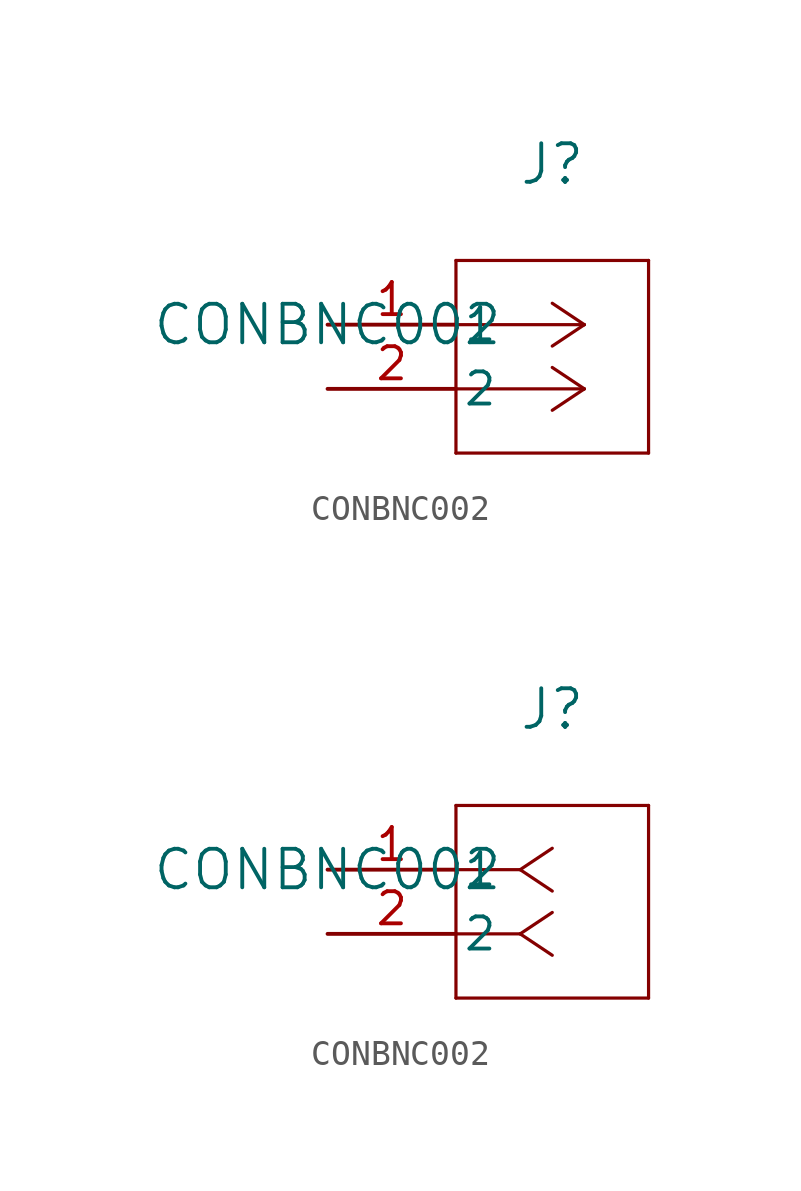
<source format=kicad_sym>
(kicad_symbol_lib
  (version 20211014)
  (generator kicad_symbol_editor)
  (symbol "CONBNC002"
    (pin_names
      (offset 0.254))
    (property "Reference" "J"
      (at 8.89 6.35 0)
      (effects (font (size 1.524 1.524))))
    (property "Value" "CONBNC002"
      (at 0 0 0)
      (effects (font (size 1.524 1.524))))
    (symbol "CONBNC002_1_1"
      (polyline (pts (xy 10.16 0) (xy 5.08 0)) (stroke (width 0.127) (type default) (color 0 0 0 0)) (fill (type none)))
      (polyline (pts (xy 10.16 -2.54) (xy 5.08 -2.54)) (stroke (width 0.127) (type default) (color 0 0 0 0)) (fill (type none)))
      (polyline (pts (xy 10.16 0) (xy 8.89 0.847)) (stroke (width 0.127) (type default) (color 0 0 0 0)) (fill (type none)))
      (polyline (pts (xy 10.16 -2.54) (xy 8.89 -1.693)) (stroke (width 0.127) (type default) (color 0 0 0 0)) (fill (type none)))
      (polyline (pts (xy 10.16 0) (xy 8.89 -0.847)) (stroke (width 0.127) (type default) (color 0 0 0 0)) (fill (type none)))
      (polyline (pts (xy 10.16 -2.54) (xy 8.89 -3.387)) (stroke (width 0.127) (type default) (color 0 0 0 0)) (fill (type none)))
      (polyline (pts (xy 5.08 2.54) (xy 5.08 -5.08)) (stroke (width 0.127) (type default) (color 0 0 0 0)) (fill (type none)))
      (polyline (pts (xy 5.08 -5.08) (xy 12.7 -5.08)) (stroke (width 0.127) (type default) (color 0 0 0 0)) (fill (type none)))
      (polyline (pts (xy 12.7 -5.08) (xy 12.7 2.54)) (stroke (width 0.127) (type default) (color 0 0 0 0)) (fill (type none)))
      (polyline (pts (xy 12.7 2.54) (xy 5.08 2.54)) (stroke (width 0.127) (type default) (color 0 0 0 0)) (fill (type none)))
      (pin unspecified line (at 0 0 0) (length 5.08) (name "1" (effects (font (size 1.27 1.27)))) (number "1" (effects (font (size 1.27 1.27)))))
      (pin unspecified line (at 0 -2.54 0) (length 5.08) (name "2" (effects (font (size 1.27 1.27)))) (number "2" (effects (font (size 1.27 1.27))))))
    (symbol "CONBNC002_1_2"
      (polyline (pts (xy 7.62 0) (xy 5.08 0)) (stroke (width 0.127) (type default) (color 0 0 0 0)) (fill (type none)))
      (polyline (pts (xy 7.62 -2.54) (xy 5.08 -2.54)) (stroke (width 0.127) (type default) (color 0 0 0 0)) (fill (type none)))
      (polyline (pts (xy 7.62 0) (xy 8.89 0.847)) (stroke (width 0.127) (type default) (color 0 0 0 0)) (fill (type none)))
      (polyline (pts (xy 7.62 -2.54) (xy 8.89 -1.693)) (stroke (width 0.127) (type default) (color 0 0 0 0)) (fill (type none)))
      (polyline (pts (xy 7.62 0) (xy 8.89 -0.847)) (stroke (width 0.127) (type default) (color 0 0 0 0)) (fill (type none)))
      (polyline (pts (xy 7.62 -2.54) (xy 8.89 -3.387)) (stroke (width 0.127) (type default) (color 0 0 0 0)) (fill (type none)))
      (polyline (pts (xy 5.08 2.54) (xy 5.08 -5.08)) (stroke (width 0.127) (type default) (color 0 0 0 0)) (fill (type none)))
      (polyline (pts (xy 5.08 -5.08) (xy 12.7 -5.08)) (stroke (width 0.127) (type default) (color 0 0 0 0)) (fill (type none)))
      (polyline (pts (xy 12.7 -5.08) (xy 12.7 2.54)) (stroke (width 0.127) (type default) (color 0 0 0 0)) (fill (type none)))
      (polyline (pts (xy 12.7 2.54) (xy 5.08 2.54)) (stroke (width 0.127) (type default) (color 0 0 0 0)) (fill (type none)))
      (pin unspecified line (at 0 0 0) (length 5.08) (name "1" (effects (font (size 1.27 1.27)))) (number "1" (effects (font (size 1.27 1.27)))))
      (pin unspecified line (at 0 -2.54 0) (length 5.08) (name "2" (effects (font (size 1.27 1.27)))) (number "2" (effects (font (size 1.27 1.27))))))))
</source>
